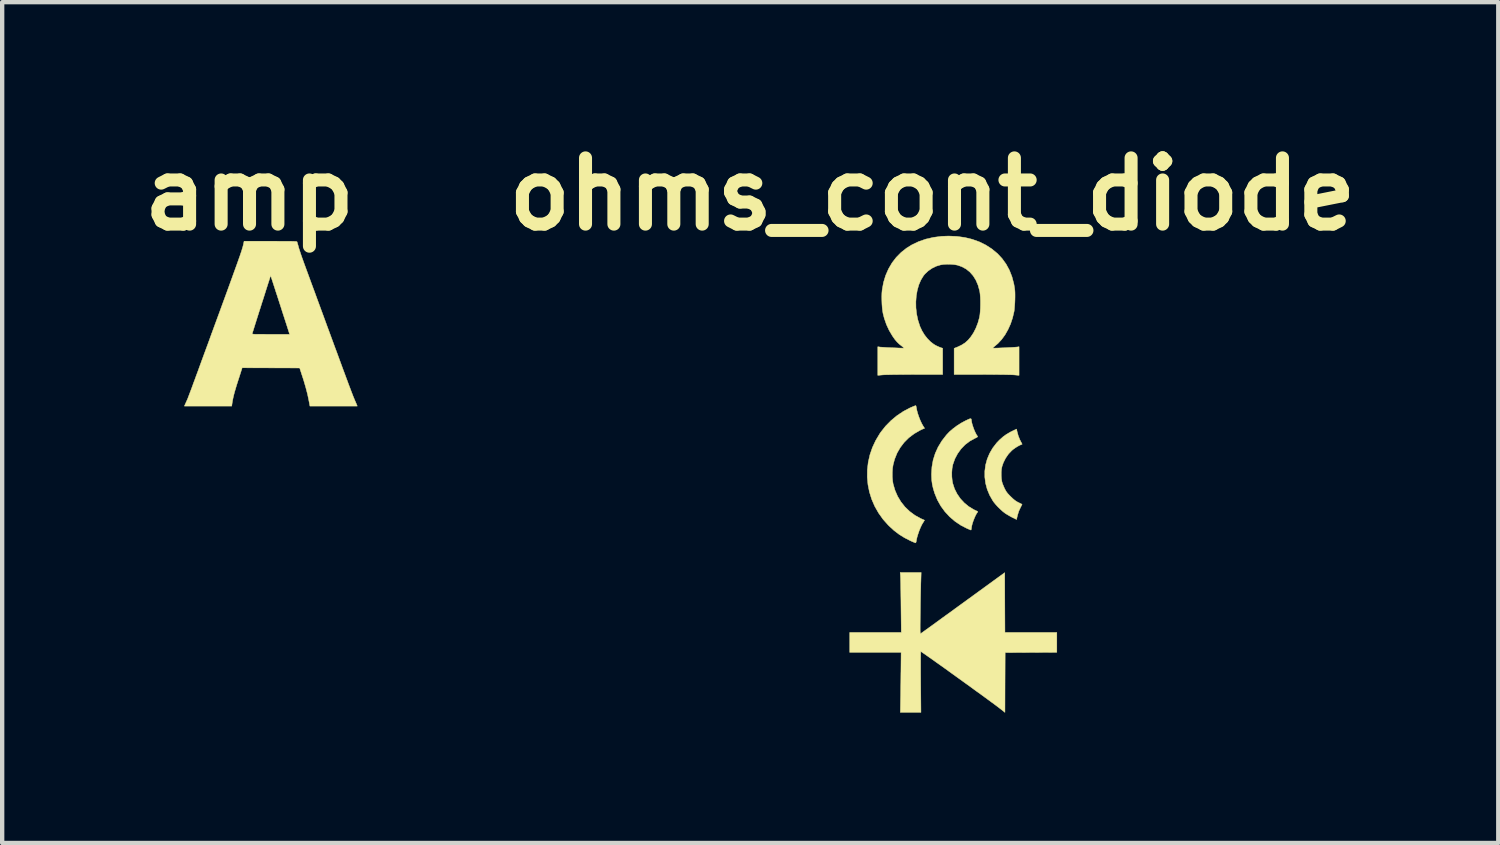
<source format=kicad_pcb>
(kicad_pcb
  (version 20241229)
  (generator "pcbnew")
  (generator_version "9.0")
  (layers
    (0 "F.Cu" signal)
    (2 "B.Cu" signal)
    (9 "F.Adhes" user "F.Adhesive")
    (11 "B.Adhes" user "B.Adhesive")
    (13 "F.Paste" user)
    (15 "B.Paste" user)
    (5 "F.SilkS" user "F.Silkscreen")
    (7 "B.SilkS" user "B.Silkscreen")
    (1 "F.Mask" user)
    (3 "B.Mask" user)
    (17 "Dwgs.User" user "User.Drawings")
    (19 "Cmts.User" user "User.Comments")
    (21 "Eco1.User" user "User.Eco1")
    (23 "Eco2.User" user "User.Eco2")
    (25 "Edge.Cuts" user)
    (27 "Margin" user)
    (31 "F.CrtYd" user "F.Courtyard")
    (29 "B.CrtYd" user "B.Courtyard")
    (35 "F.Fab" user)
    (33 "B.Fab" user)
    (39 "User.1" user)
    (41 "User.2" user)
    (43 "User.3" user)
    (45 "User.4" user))
  (footprint "ohms_cont_diode"
    (layer "F.Cu")
    (at 18.887 7.858)
    (property "Reference" "ohms_cont_diode" (at -0.48 -6.44 0) (layer "F.SilkS") (effects (font (size 1.524 1.524) (thickness 0.3))))
    (attr through_hole)
    (fp_poly (pts (xy 1.469 -0.977) (xy 1.496 -0.878) (xy 1.533 -0.787) (xy 1.55 -0.754) (xy 1.567 -0.722) (xy 1.58 -0.698) (xy 1.585 -0.687) (xy 1.585 -0.686) (xy 1.576 -0.681) (xy 1.555 -0.673) (xy 1.55 -0.671) (xy 1.517 -0.656) (xy 1.474 -0.632) (xy 1.427 -0.602) (xy 1.382 -0.57) (xy 1.346 -0.54) (xy 1.27 -0.46) (xy 1.205 -0.366) (xy 1.153 -0.263) (xy 1.122 -0.173) (xy 1.11 -0.113) (xy 1.104 -0.041) (xy 1.104 0.036) (xy 1.109 0.11) (xy 1.119 0.173) (xy 1.121 0.183) (xy 1.134 0.224) (xy 1.154 0.273) (xy 1.175 0.322) (xy 1.181 0.335) (xy 1.203 0.376) (xy 1.225 0.412) (xy 1.252 0.447) (xy 1.288 0.486) (xy 1.32 0.518) (xy 1.368 0.564) (xy 1.409 0.599) (xy 1.446 0.626) (xy 1.486 0.649) (xy 1.499 0.655) (xy 1.535 0.673) (xy 1.564 0.687) (xy 1.58 0.696) (xy 1.583 0.697) (xy 1.58 0.706) (xy 1.569 0.728) (xy 1.553 0.759) (xy 1.551 0.763) (xy 1.509 0.852) (xy 1.48 0.944) (xy 1.469 0.988) (xy 1.457 1.047) (xy 1.362 1.001) (xy 1.311 0.974) (xy 1.257 0.943) (xy 1.208 0.913) (xy 1.193 0.903) (xy 1.142 0.864) (xy 1.086 0.813) (xy 1.028 0.757) (xy 0.975 0.699) (xy 0.931 0.645) (xy 0.912 0.618) (xy 0.837 0.487) (xy 0.781 0.352) (xy 0.744 0.213) (xy 0.726 0.072) (xy 0.726 -0.068) (xy 0.744 -0.207) (xy 0.781 -0.343) (xy 0.836 -0.474) (xy 0.908 -0.598) (xy 0.998 -0.715) (xy 1.063 -0.783) (xy 1.144 -0.855) (xy 1.225 -0.914) (xy 1.315 -0.966) (xy 1.365 -0.991) (xy 1.457 -1.035) (xy 1.469 -0.977)) (stroke (width 0.01) (type solid)) (fill yes) (layer "F.SilkS"))
    (fp_poly (pts (xy 0.408 -1.271) (xy 0.415 -1.26) (xy 0.418 -1.24) (xy 0.42 -1.221) (xy 0.428 -1.175) (xy 0.444 -1.118) (xy 0.465 -1.057) (xy 0.488 -0.997) (xy 0.514 -0.942) (xy 0.538 -0.897) (xy 0.556 -0.872) (xy 0.562 -0.863) (xy 0.559 -0.855) (xy 0.545 -0.845) (xy 0.517 -0.83) (xy 0.493 -0.819) (xy 0.376 -0.754) (xy 0.27 -0.673) (xy 0.178 -0.577) (xy 0.1 -0.469) (xy 0.037 -0.35) (xy -0.009 -0.22) (xy -0.012 -0.209) (xy -0.027 -0.128) (xy -0.034 -0.035) (xy -0.033 0.061) (xy -0.024 0.153) (xy -0.012 0.216) (xy 0.029 0.341) (xy 0.088 0.458) (xy 0.163 0.567) (xy 0.253 0.664) (xy 0.355 0.748) (xy 0.468 0.817) (xy 0.524 0.844) (xy 0.551 0.856) (xy 0.563 0.865) (xy 0.562 0.874) (xy 0.556 0.882) (xy 0.534 0.914) (xy 0.509 0.961) (xy 0.484 1.018) (xy 0.46 1.079) (xy 0.44 1.139) (xy 0.426 1.194) (xy 0.42 1.231) (xy 0.416 1.262) (xy 0.411 1.284) (xy 0.407 1.29) (xy 0.396 1.286) (xy 0.371 1.276) (xy 0.336 1.261) (xy 0.321 1.255) (xy 0.176 1.181) (xy 0.041 1.09) (xy -0.082 0.985) (xy -0.192 0.866) (xy -0.287 0.736) (xy -0.366 0.595) (xy -0.427 0.446) (xy -0.432 0.431) (xy -0.462 0.331) (xy -0.483 0.24) (xy -0.495 0.15) (xy -0.5 0.052) (xy -0.501 0) (xy -0.491 -0.164) (xy -0.463 -0.322) (xy -0.415 -0.474) (xy -0.349 -0.62) (xy -0.263 -0.762) (xy -0.157 -0.899) (xy -0.155 -0.901) (xy -0.088 -0.972) (xy -0.006 -1.043) (xy 0.085 -1.111) (xy 0.181 -1.172) (xy 0.275 -1.223) (xy 0.288 -1.229) (xy 0.338 -1.253) (xy 0.373 -1.268) (xy 0.395 -1.274) (xy 0.408 -1.271)) (stroke (width 0.01) (type solid)) (fill yes) (layer "F.SilkS"))
    (fp_poly (pts (xy -0.858 -1.566) (xy -0.852 -1.543) (xy -0.849 -1.525) (xy -0.837 -1.462) (xy -0.817 -1.389) (xy -0.79 -1.311) (xy -0.76 -1.235) (xy -0.728 -1.166) (xy -0.697 -1.11) (xy -0.692 -1.102) (xy -0.672 -1.072) (xy -0.663 -1.056) (xy -0.663 -1.048) (xy -0.67 -1.046) (xy -0.671 -1.046) (xy -0.685 -1.042) (xy -0.712 -1.031) (xy -0.747 -1.014) (xy -0.77 -1.003) (xy -0.904 -0.925) (xy -1.024 -0.834) (xy -1.129 -0.729) (xy -1.219 -0.611) (xy -1.293 -0.483) (xy -1.349 -0.344) (xy -1.383 -0.218) (xy -1.397 -0.132) (xy -1.403 -0.035) (xy -1.403 0.065) (xy -1.395 0.159) (xy -1.384 0.229) (xy -1.341 0.375) (xy -1.281 0.513) (xy -1.204 0.641) (xy -1.112 0.757) (xy -1.005 0.86) (xy -0.885 0.949) (xy -0.752 1.023) (xy -0.711 1.041) (xy -0.684 1.053) (xy -0.666 1.061) (xy -0.662 1.062) (xy -0.666 1.071) (xy -0.678 1.092) (xy -0.691 1.112) (xy -0.723 1.165) (xy -0.755 1.233) (xy -0.786 1.309) (xy -0.813 1.388) (xy -0.835 1.462) (xy -0.848 1.527) (xy -0.849 1.535) (xy -0.855 1.564) (xy -0.863 1.582) (xy -0.867 1.585) (xy -0.881 1.581) (xy -0.908 1.57) (xy -0.946 1.554) (xy -0.986 1.536) (xy -1.121 1.467) (xy -1.244 1.391) (xy -1.36 1.303) (xy -1.473 1.199) (xy -1.494 1.179) (xy -1.616 1.042) (xy -1.72 0.896) (xy -1.808 0.741) (xy -1.877 0.581) (xy -1.929 0.415) (xy -1.963 0.246) (xy -1.979 0.074) (xy -1.977 -0.099) (xy -1.957 -0.271) (xy -1.918 -0.442) (xy -1.861 -0.609) (xy -1.785 -0.772) (xy -1.691 -0.929) (xy -1.666 -0.965) (xy -1.557 -1.103) (xy -1.433 -1.229) (xy -1.297 -1.342) (xy -1.151 -1.44) (xy -0.998 -1.521) (xy -0.935 -1.548) (xy -0.902 -1.562) (xy -0.876 -1.571) (xy -0.863 -1.575) (xy -0.863 -1.575) (xy -0.858 -1.566)) (stroke (width 0.01) (type solid)) (fill yes) (layer "F.SilkS"))
    (fp_poly (pts (xy -0.745 2.471) (xy -0.747 2.525) (xy -0.748 2.595) (xy -0.75 2.68) (xy -0.752 2.775) (xy -0.754 2.878) (xy -0.756 2.985) (xy -0.757 3.094) (xy -0.758 3.179) (xy -0.76 3.292) (xy -0.761 3.388) (xy -0.762 3.466) (xy -0.762 3.528) (xy -0.762 3.577) (xy -0.762 3.614) (xy -0.76 3.64) (xy -0.759 3.657) (xy -0.756 3.667) (xy -0.753 3.671) (xy -0.75 3.671) (xy -0.746 3.669) (xy -0.735 3.662) (xy -0.709 3.644) (xy -0.669 3.615) (xy -0.615 3.576) (xy -0.549 3.529) (xy -0.472 3.473) (xy -0.385 3.41) (xy -0.289 3.34) (xy -0.185 3.264) (xy -0.073 3.184) (xy 0.044 3.098) (xy 0.166 3.01) (xy 0.229 2.964) (xy 1.184 2.27) (xy 1.186 2.959) (xy 1.189 3.647) (xy 2.383 3.647) (xy 2.383 4.104) (xy 1.788 4.107) (xy 1.194 4.11) (xy 1.191 4.798) (xy 1.189 5.486) (xy 1.083 5.403) (xy 1.053 5.379) (xy 1.009 5.346) (xy 0.953 5.304) (xy 0.886 5.255) (xy 0.81 5.199) (xy 0.725 5.137) (xy 0.634 5.07) (xy 0.536 5) (xy 0.435 4.926) (xy 0.33 4.85) (xy 0.223 4.773) (xy 0.116 4.696) (xy 0.009 4.619) (xy -0.095 4.544) (xy -0.196 4.471) (xy -0.293 4.402) (xy -0.384 4.338) (xy -0.467 4.278) (xy -0.543 4.225) (xy -0.608 4.179) (xy -0.662 4.141) (xy -0.705 4.112) (xy -0.733 4.093) (xy -0.747 4.085) (xy -0.748 4.084) (xy -0.749 4.094) (xy -0.75 4.123) (xy -0.75 4.168) (xy -0.751 4.229) (xy -0.751 4.304) (xy -0.751 4.391) (xy -0.751 4.489) (xy -0.751 4.595) (xy -0.75 4.708) (xy -0.75 4.785) (xy -0.744 5.486) (xy -1.218 5.486) (xy -1.214 5.245) (xy -1.213 5.181) (xy -1.211 5.1) (xy -1.21 5.006) (xy -1.209 4.904) (xy -1.207 4.796) (xy -1.206 4.687) (xy -1.205 4.58) (xy -1.204 4.554) (xy -1.2 4.105) (xy -2.383 4.105) (xy -2.383 3.647) (xy -1.196 3.647) (xy -1.203 3.025) (xy -1.204 2.912) (xy -1.206 2.804) (xy -1.207 2.702) (xy -1.209 2.608) (xy -1.21 2.524) (xy -1.212 2.453) (xy -1.213 2.397) (xy -1.215 2.356) (xy -1.216 2.334) (xy -1.222 2.266) (xy -0.739 2.266) (xy -0.745 2.471)) (stroke (width 0.01) (type solid)) (fill yes) (layer "F.SilkS"))
    (fp_poly (pts (xy 0.083 -5.468) (xy 0.265 -5.443) (xy 0.437 -5.401) (xy 0.599 -5.343) (xy 0.749 -5.269) (xy 0.887 -5.18) (xy 1.013 -5.076) (xy 1.014 -5.076) (xy 1.123 -4.959) (xy 1.216 -4.83) (xy 1.292 -4.69) (xy 1.351 -4.539) (xy 1.394 -4.376) (xy 1.403 -4.326) (xy 1.411 -4.276) (xy 1.417 -4.23) (xy 1.42 -4.185) (xy 1.421 -4.134) (xy 1.421 -4.073) (xy 1.42 -4.013) (xy 1.417 -3.939) (xy 1.412 -3.867) (xy 1.407 -3.802) (xy 1.401 -3.751) (xy 1.398 -3.734) (xy 1.364 -3.591) (xy 1.318 -3.453) (xy 1.259 -3.323) (xy 1.191 -3.203) (xy 1.113 -3.096) (xy 1.028 -3.004) (xy 0.956 -2.943) (xy 0.93 -2.922) (xy 0.914 -2.906) (xy 0.912 -2.898) (xy 0.912 -2.898) (xy 0.926 -2.897) (xy 0.957 -2.897) (xy 1.001 -2.898) (xy 1.056 -2.9) (xy 1.117 -2.903) (xy 1.183 -2.905) (xy 1.249 -2.909) (xy 1.312 -2.912) (xy 1.369 -2.915) (xy 1.417 -2.918) (xy 1.452 -2.921) (xy 1.467 -2.922) (xy 1.514 -2.929) (xy 1.514 -2.27) (xy 1.41 -2.28) (xy 1.381 -2.282) (xy 1.334 -2.284) (xy 1.271 -2.285) (xy 1.194 -2.287) (xy 1.105 -2.288) (xy 1.006 -2.289) (xy 0.899 -2.29) (xy 0.787 -2.29) (xy 0.671 -2.291) (xy 0.663 -2.291) (xy 0.02 -2.291) (xy 0.02 -2.591) (xy 0.02 -2.892) (xy 0.1 -2.924) (xy 0.192 -2.968) (xy 0.272 -3.019) (xy 0.342 -3.082) (xy 0.406 -3.159) (xy 0.464 -3.246) (xy 0.52 -3.355) (xy 0.568 -3.479) (xy 0.602 -3.602) (xy 0.612 -3.657) (xy 0.619 -3.728) (xy 0.624 -3.809) (xy 0.626 -3.896) (xy 0.626 -3.984) (xy 0.623 -4.068) (xy 0.617 -4.142) (xy 0.609 -4.203) (xy 0.606 -4.216) (xy 0.57 -4.346) (xy 0.52 -4.462) (xy 0.457 -4.563) (xy 0.382 -4.648) (xy 0.295 -4.718) (xy 0.195 -4.772) (xy 0.094 -4.807) (xy 0.026 -4.819) (xy -0.055 -4.826) (xy -0.14 -4.828) (xy -0.223 -4.823) (xy -0.293 -4.812) (xy -0.393 -4.782) (xy -0.489 -4.735) (xy -0.577 -4.674) (xy -0.653 -4.603) (xy -0.685 -4.563) (xy -0.745 -4.465) (xy -0.793 -4.354) (xy -0.828 -4.231) (xy -0.851 -4.1) (xy -0.861 -3.963) (xy -0.859 -3.823) (xy -0.843 -3.682) (xy -0.814 -3.544) (xy -0.771 -3.41) (xy -0.765 -3.393) (xy -0.719 -3.295) (xy -0.662 -3.201) (xy -0.596 -3.117) (xy -0.524 -3.044) (xy -0.449 -2.986) (xy -0.396 -2.955) (xy -0.355 -2.936) (xy -0.316 -2.919) (xy -0.286 -2.908) (xy -0.282 -2.906) (xy -0.244 -2.894) (xy -0.244 -2.593) (xy -0.244 -2.291) (xy -0.886 -2.291) (xy -1.002 -2.29) (xy -1.115 -2.29) (xy -1.222 -2.289) (xy -1.321 -2.288) (xy -1.411 -2.287) (xy -1.489 -2.285) (xy -1.553 -2.284) (xy -1.602 -2.282) (xy -1.632 -2.28) (xy -1.633 -2.28) (xy -1.737 -2.27) (xy -1.737 -2.929) (xy -1.694 -2.923) (xy -1.672 -2.92) (xy -1.634 -2.918) (xy -1.584 -2.915) (xy -1.526 -2.911) (xy -1.463 -2.908) (xy -1.397 -2.905) (xy -1.332 -2.903) (xy -1.271 -2.9) (xy -1.218 -2.898) (xy -1.175 -2.897) (xy -1.145 -2.897) (xy -1.132 -2.898) (xy -1.132 -2.898) (xy -1.138 -2.905) (xy -1.156 -2.921) (xy -1.184 -2.943) (xy -1.192 -2.949) (xy -1.247 -2.993) (xy -1.295 -3.04) (xy -1.342 -3.095) (xy -1.39 -3.163) (xy -1.402 -3.181) (xy -1.477 -3.308) (xy -1.538 -3.44) (xy -1.587 -3.581) (xy -1.616 -3.693) (xy -1.626 -3.753) (xy -1.635 -3.827) (xy -1.641 -3.91) (xy -1.644 -3.998) (xy -1.645 -4.084) (xy -1.643 -4.163) (xy -1.637 -4.23) (xy -1.636 -4.239) (xy -1.605 -4.409) (xy -1.556 -4.57) (xy -1.49 -4.72) (xy -1.409 -4.859) (xy -1.312 -4.986) (xy -1.2 -5.099) (xy -1.074 -5.199) (xy -0.953 -5.274) (xy -0.798 -5.348) (xy -0.631 -5.406) (xy -0.455 -5.446) (xy -0.27 -5.47) (xy -0.107 -5.476) (xy 0.083 -5.468)) (stroke (width 0.01) (type solid)) (fill yes) (layer "F.SilkS")))
  (footprint "amp"
    (layer "F.Cu")
    (at 3.182 4.398)
    (property "Reference" "amp" (at -0.49 -2.98 0) (layer "F.SilkS") (effects (font (size 1.524 1.524) (thickness 0.3))))
    (attr through_hole)
    (fp_poly (pts (xy 0.109 -1.897) (xy 0.209 -1.896) (xy 0.295 -1.896) (xy 0.367 -1.896) (xy 0.427 -1.896) (xy 0.476 -1.895) (xy 0.515 -1.894) (xy 0.545 -1.893) (xy 0.568 -1.892) (xy 0.583 -1.89) (xy 0.594 -1.889) (xy 0.6 -1.886) (xy 0.603 -1.884) (xy 0.604 -1.882) (xy 0.608 -1.869) (xy 0.616 -1.842) (xy 0.626 -1.807) (xy 0.638 -1.765) (xy 0.642 -1.748) (xy 0.653 -1.713) (xy 0.669 -1.665) (xy 0.688 -1.606) (xy 0.711 -1.539) (xy 0.737 -1.467) (xy 0.764 -1.391) (xy 0.792 -1.315) (xy 0.796 -1.304) (xy 0.813 -1.257) (xy 0.836 -1.195) (xy 0.864 -1.119) (xy 0.896 -1.032) (xy 0.932 -0.933) (xy 0.972 -0.825) (xy 1.015 -0.709) (xy 1.06 -0.585) (xy 1.108 -0.455) (xy 1.157 -0.321) (xy 1.208 -0.183) (xy 1.259 -0.043) (xy 1.311 0.099) (xy 1.342 0.182) (xy 1.408 0.362) (xy 1.469 0.528) (xy 1.525 0.678) (xy 1.575 0.815) (xy 1.621 0.94) (xy 1.662 1.052) (xy 1.7 1.153) (xy 1.733 1.243) (xy 1.763 1.323) (xy 1.789 1.394) (xy 1.813 1.457) (xy 1.834 1.512) (xy 1.852 1.56) (xy 1.868 1.602) (xy 1.883 1.639) (xy 1.895 1.672) (xy 1.907 1.7) (xy 1.917 1.725) (xy 1.927 1.748) (xy 1.93 1.757) (xy 1.947 1.795) (xy 1.962 1.83) (xy 1.973 1.857) (xy 1.978 1.869) (xy 1.99 1.897) (xy 0.9 1.897) (xy 0.876 1.772) (xy 0.846 1.627) (xy 0.805 1.47) (xy 0.755 1.299) (xy 0.722 1.198) (xy 0.664 1.02) (xy -0.659 1.016) (xy -0.722 1.213) (xy -0.758 1.324) (xy -0.789 1.421) (xy -0.814 1.506) (xy -0.836 1.58) (xy -0.853 1.646) (xy -0.867 1.705) (xy -0.878 1.76) (xy -0.887 1.811) (xy -0.893 1.852) (xy -0.899 1.897) (xy -1.989 1.897) (xy -1.968 1.85) (xy -1.952 1.814) (xy -1.935 1.776) (xy -1.927 1.759) (xy -1.923 1.75) (xy -1.918 1.738) (xy -1.912 1.724) (xy -1.905 1.706) (xy -1.897 1.684) (xy -1.887 1.658) (xy -1.875 1.626) (xy -1.861 1.589) (xy -1.844 1.545) (xy -1.825 1.494) (xy -1.803 1.435) (xy -1.779 1.367) (xy -1.75 1.291) (xy -1.719 1.205) (xy -1.683 1.109) (xy -1.644 1.001) (xy -1.601 0.883) (xy -1.553 0.752) (xy -1.5 0.608) (xy -1.442 0.451) (xy -1.38 0.28) (xy -1.363 0.234) (xy -0.429 0.234) (xy -0.426 0.237) (xy -0.42 0.239) (xy -0.408 0.241) (xy -0.39 0.242) (xy -0.364 0.244) (xy -0.328 0.244) (xy -0.282 0.245) (xy -0.224 0.245) (xy -0.152 0.245) (xy -0.066 0.246) (xy 0 0.246) (xy 0.433 0.246) (xy 0.427 0.226) (xy 0.422 0.211) (xy 0.413 0.182) (xy 0.4 0.141) (xy 0.383 0.088) (xy 0.363 0.025) (xy 0.34 -0.045) (xy 0.315 -0.123) (xy 0.288 -0.205) (xy 0.26 -0.292) (xy 0.232 -0.381) (xy 0.203 -0.47) (xy 0.174 -0.56) (xy 0.146 -0.647) (xy 0.118 -0.731) (xy 0.093 -0.81) (xy 0.069 -0.883) (xy 0.048 -0.948) (xy 0.03 -1.004) (xy 0.015 -1.049) (xy 0.004 -1.082) (xy -0.002 -1.102) (xy -0.004 -1.107) (xy -0.006 -1.099) (xy -0.014 -1.077) (xy -0.025 -1.041) (xy -0.04 -0.994) (xy -0.059 -0.936) (xy -0.08 -0.87) (xy -0.104 -0.795) (xy -0.129 -0.715) (xy -0.156 -0.63) (xy -0.184 -0.542) (xy -0.213 -0.453) (xy -0.241 -0.363) (xy -0.27 -0.274) (xy -0.297 -0.188) (xy -0.323 -0.106) (xy -0.347 -0.029) (xy -0.369 0.04) (xy -0.388 0.102) (xy -0.404 0.153) (xy -0.417 0.193) (xy -0.425 0.22) (xy -0.429 0.231) (xy -0.429 0.234) (xy -1.363 0.234) (xy -1.312 0.094) (xy -1.24 -0.102) (xy -1.171 -0.29) (xy -1.108 -0.463) (xy -1.05 -0.621) (xy -0.997 -0.766) (xy -0.949 -0.898) (xy -0.906 -1.017) (xy -0.867 -1.125) (xy -0.832 -1.222) (xy -0.801 -1.308) (xy -0.773 -1.385) (xy -0.749 -1.453) (xy -0.728 -1.513) (xy -0.709 -1.566) (xy -0.694 -1.612) (xy -0.68 -1.652) (xy -0.669 -1.686) (xy -0.66 -1.717) (xy -0.652 -1.743) (xy -0.645 -1.766) (xy -0.64 -1.786) (xy -0.635 -1.805) (xy -0.631 -1.823) (xy -0.63 -1.827) (xy -0.615 -1.897) (xy -0.008 -1.897) (xy 0.109 -1.897)) (stroke (width 0.01) (type solid)) (fill yes) (layer "F.SilkS")))
  (gr_rect
    (start -3 -3)
    (end 31.429 16.349)
    (stroke (width 0.1) (type default))
    (fill no)
    (layer "Edge.Cuts")))
</source>
